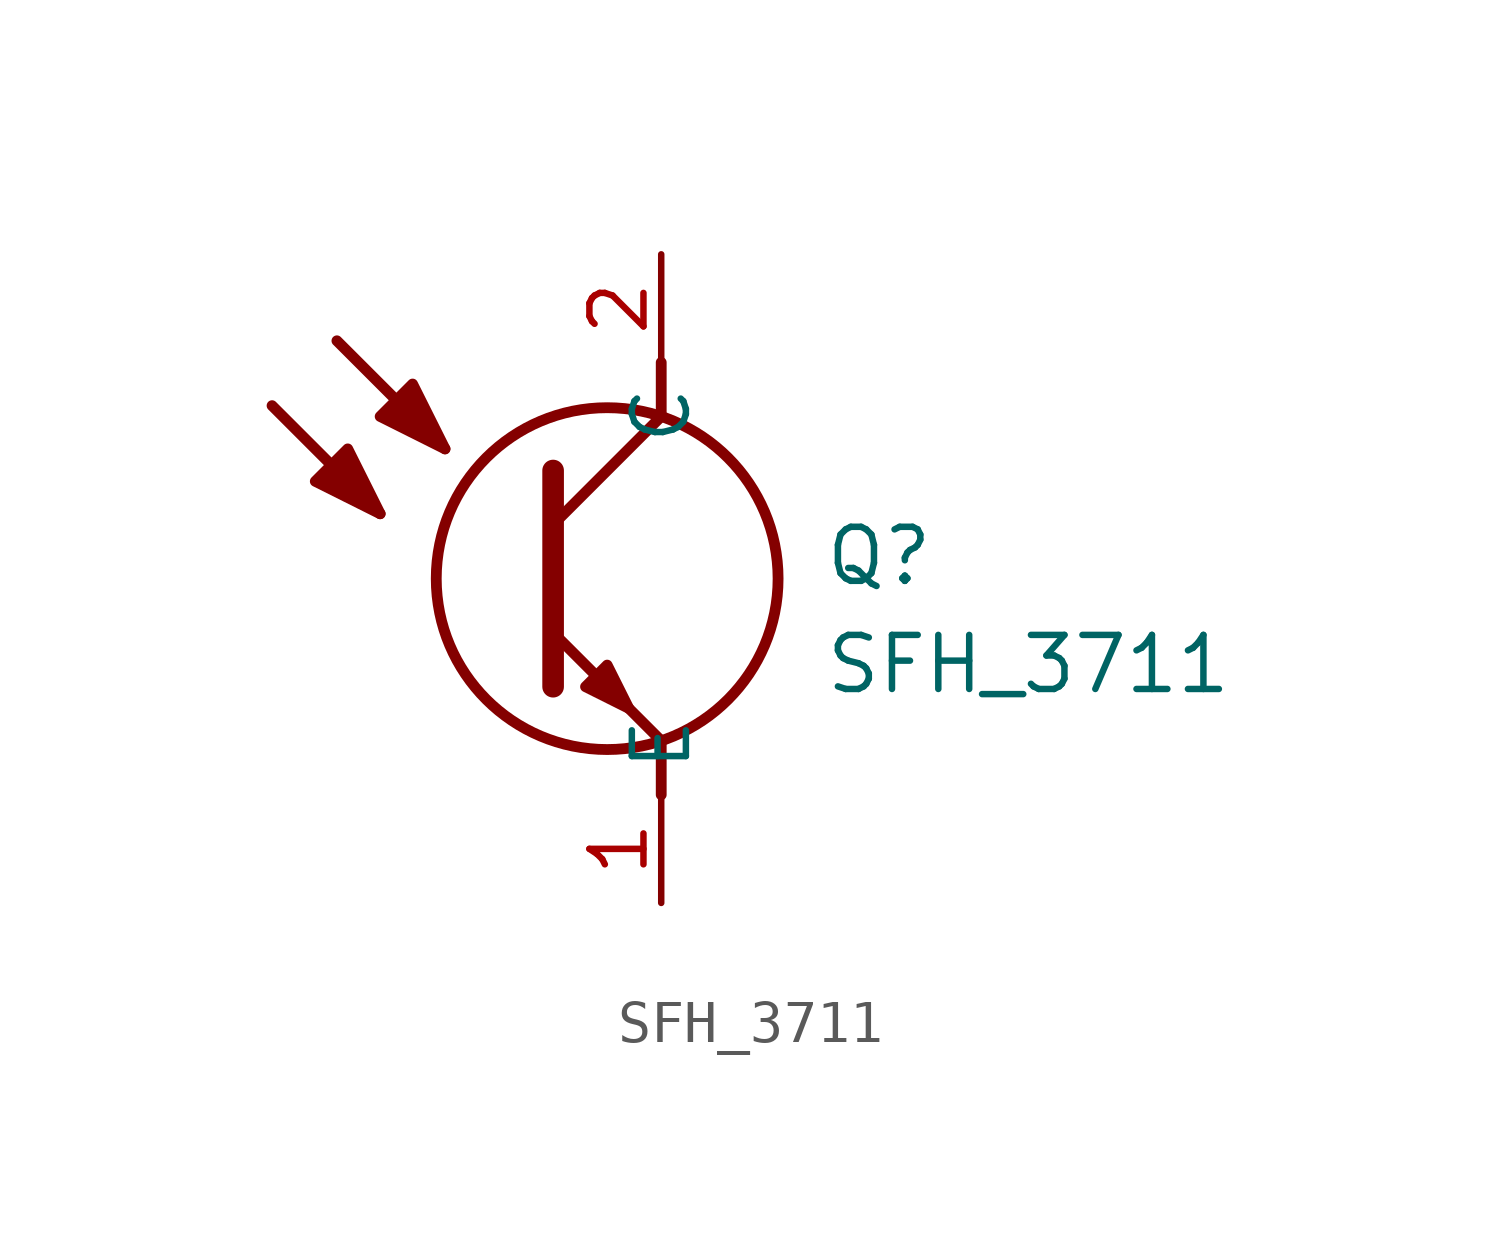
<source format=kicad_sym>
(kicad_symbol_lib
  (version 20211014)
  (generator SamacSys_ECAD_Model)
  (symbol "SFH_3711"
    (property "Reference" "Q"
      (at 3.81 -6.35 0)
      (effects (font (size 1.27 1.27)) (justify left top)))
    (property "Value" "SFH_3711"
      (at 3.81 -8.89 0)
      (effects (font (size 1.27 1.27)) (justify left top)))
    (polyline
      (pts (xy -2.54 -5.08) (xy -2.54 -10.16))
      (stroke (width 0.508) (type default))
      (fill (type none)))
    (polyline
      (pts (xy -2.54 -6.35) (xy 0 -3.81))
      (stroke (width 0.254) (type default))
      (fill (type none)))
    (polyline
      (pts (xy 0 -11.43) (xy 0 -12.7))
      (stroke (width 0.254) (type default))
      (fill (type none)))
    (polyline
      (pts (xy 0 -3.81) (xy 0 -2.54))
      (stroke (width 0.254) (type default))
      (fill (type none)))
    (polyline
      (pts (xy -2.54 -8.89) (xy 0 -11.43))
      (stroke (width 0.254) (type default))
      (fill (type none)))
    (polyline
      (pts (xy -7.62 -2.032) (xy -5.08 -4.572))
      (stroke (width 0.254) (type default))
      (fill (type none)))
    (polyline
      (pts (xy -9.144 -3.556) (xy -6.604 -6.096))
      (stroke (width 0.254) (type default))
      (fill (type none)))
    (circle
      (center -1.27 -7.62)
      (radius 4.016)
      (stroke (width 0.254) (type default))
      (fill (type none)))
    (polyline
      (pts (xy -1.778 -10.16) (xy -1.27 -9.652) (xy -0.762 -10.668) (xy -1.778 -10.16))
      (stroke (width 0.254) (type default))
      (fill (type outline)))
    (polyline
      (pts (xy -8.128 -5.334) (xy -7.366 -4.572) (xy -6.604 -6.096) (xy -8.128 -5.334))
      (stroke (width 0.254) (type default))
      (fill (type outline)))
    (polyline
      (pts (xy -6.604 -3.81) (xy -5.842 -3.048) (xy -5.08 -4.572) (xy -6.604 -3.81))
      (stroke (width 0.254) (type default))
      (fill (type outline)))
    (pin passive line
      (at 0 -15.24 90)
      (length 2.54)
      (name "E" (effects (font (size 1.27 1.27))))
      (number "1" (effects (font (size 1.27 1.27)))))
    (pin passive line
      (at 0 0 270)
      (length 2.54)
      (name "C" (effects (font (size 1.27 1.27))))
      (number "2" (effects (font (size 1.27 1.27)))))))
</source>
